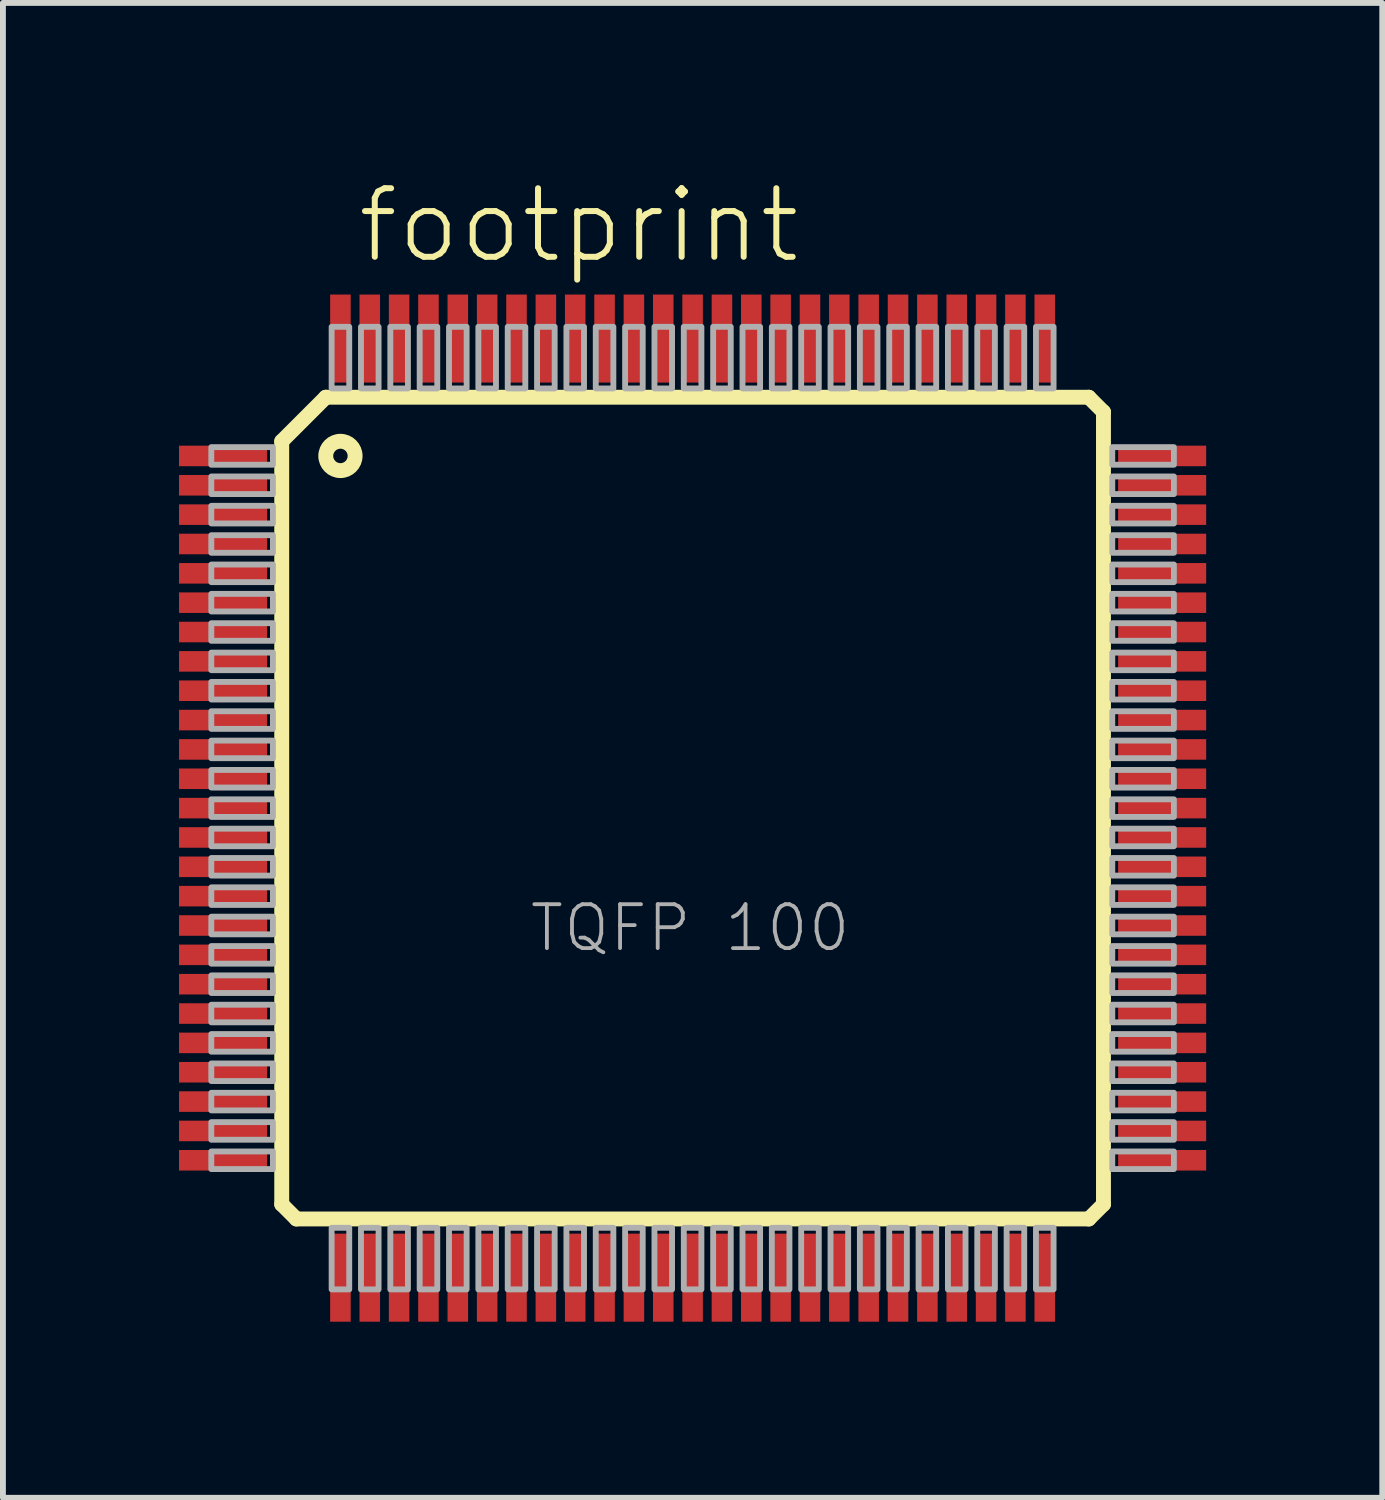
<source format=kicad_pcb>
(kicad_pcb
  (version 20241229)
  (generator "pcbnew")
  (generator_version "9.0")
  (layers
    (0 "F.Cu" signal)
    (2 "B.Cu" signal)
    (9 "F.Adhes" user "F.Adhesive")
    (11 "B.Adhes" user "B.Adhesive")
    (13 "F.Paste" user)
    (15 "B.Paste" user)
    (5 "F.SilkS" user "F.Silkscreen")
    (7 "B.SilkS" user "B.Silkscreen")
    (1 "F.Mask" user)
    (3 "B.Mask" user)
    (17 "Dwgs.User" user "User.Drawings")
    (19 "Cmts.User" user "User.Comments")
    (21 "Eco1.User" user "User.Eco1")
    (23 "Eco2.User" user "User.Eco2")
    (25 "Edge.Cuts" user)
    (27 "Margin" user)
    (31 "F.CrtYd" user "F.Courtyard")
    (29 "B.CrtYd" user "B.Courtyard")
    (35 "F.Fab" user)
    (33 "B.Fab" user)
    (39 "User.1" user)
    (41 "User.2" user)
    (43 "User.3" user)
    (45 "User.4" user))
  (footprint "footprint"
    (layer "F.Cu")
    (at 8.75 10.718)
    (property "Reference" "footprint" (at -5.76 -9.245 0) (layer "F.SilkS") (effects (font (size 1.168 1.168) (thickness 0.102)) (justify left bottom)))
    (fp_line (start -7 -6.25) (end -6.25 -7) (stroke (width 0.254) (type solid)) (layer "F.SilkS"))
    (fp_line (start -7 6.75) (end -7 -6.25) (stroke (width 0.254) (type solid)) (layer "F.SilkS"))
    (fp_line (start -6.75 7) (end -7 6.75) (stroke (width 0.254) (type solid)) (layer "F.SilkS"))
    (fp_line (start -6.25 -7) (end 6.75 -7) (stroke (width 0.254) (type solid)) (layer "F.SilkS"))
    (fp_line (start 6.75 -7) (end 7 -6.75) (stroke (width 0.254) (type solid)) (layer "F.SilkS"))
    (fp_line (start 6.75 7) (end -6.75 7) (stroke (width 0.254) (type solid)) (layer "F.SilkS"))
    (fp_line (start 7 -6.75) (end 7 6.75) (stroke (width 0.254) (type solid)) (layer "F.SilkS"))
    (fp_line (start 7 6.75) (end 6.75 7) (stroke (width 0.254) (type solid)) (layer "F.SilkS"))
    (fp_circle (center -6 -6) (end -5.75 -6) (stroke (width 0.254) (type solid)) (fill no) (layer "F.SilkS"))
    (fp_poly (pts (xy -8.2 -5.85) (xy -7.15 -5.85) (xy -7.15 -6.15) (xy -8.2 -6.15)) (stroke (width 0.1) (type solid)) (fill no) (layer "F.Fab"))
    (fp_poly (pts (xy -8.2 -5.35) (xy -7.15 -5.35) (xy -7.15 -5.65) (xy -8.2 -5.65)) (stroke (width 0.1) (type solid)) (fill no) (layer "F.Fab"))
    (fp_poly (pts (xy -8.2 -4.85) (xy -7.15 -4.85) (xy -7.15 -5.15) (xy -8.2 -5.15)) (stroke (width 0.1) (type solid)) (fill no) (layer "F.Fab"))
    (fp_poly (pts (xy -8.2 -4.35) (xy -7.15 -4.35) (xy -7.15 -4.65) (xy -8.2 -4.65)) (stroke (width 0.1) (type solid)) (fill no) (layer "F.Fab"))
    (fp_poly (pts (xy -8.2 -3.85) (xy -7.15 -3.85) (xy -7.15 -4.15) (xy -8.2 -4.15)) (stroke (width 0.1) (type solid)) (fill no) (layer "F.Fab"))
    (fp_poly (pts (xy -8.2 -3.35) (xy -7.15 -3.35) (xy -7.15 -3.65) (xy -8.2 -3.65)) (stroke (width 0.1) (type solid)) (fill no) (layer "F.Fab"))
    (fp_poly (pts (xy -8.2 -2.85) (xy -7.15 -2.85) (xy -7.15 -3.15) (xy -8.2 -3.15)) (stroke (width 0.1) (type solid)) (fill no) (layer "F.Fab"))
    (fp_poly (pts (xy -8.2 -2.35) (xy -7.15 -2.35) (xy -7.15 -2.65) (xy -8.2 -2.65)) (stroke (width 0.1) (type solid)) (fill no) (layer "F.Fab"))
    (fp_poly (pts (xy -8.2 -1.85) (xy -7.15 -1.85) (xy -7.15 -2.15) (xy -8.2 -2.15)) (stroke (width 0.1) (type solid)) (fill no) (layer "F.Fab"))
    (fp_poly (pts (xy -8.2 -1.35) (xy -7.15 -1.35) (xy -7.15 -1.65) (xy -8.2 -1.65)) (stroke (width 0.1) (type solid)) (fill no) (layer "F.Fab"))
    (fp_poly (pts (xy -8.2 -0.85) (xy -7.15 -0.85) (xy -7.15 -1.15) (xy -8.2 -1.15)) (stroke (width 0.1) (type solid)) (fill no) (layer "F.Fab"))
    (fp_poly (pts (xy -8.2 -0.35) (xy -7.15 -0.35) (xy -7.15 -0.65) (xy -8.2 -0.65)) (stroke (width 0.1) (type solid)) (fill no) (layer "F.Fab"))
    (fp_poly (pts (xy -8.2 0.15) (xy -7.15 0.15) (xy -7.15 -0.15) (xy -8.2 -0.15)) (stroke (width 0.1) (type solid)) (fill no) (layer "F.Fab"))
    (fp_poly (pts (xy -8.2 0.65) (xy -7.15 0.65) (xy -7.15 0.35) (xy -8.2 0.35)) (stroke (width 0.1) (type solid)) (fill no) (layer "F.Fab"))
    (fp_poly (pts (xy -8.2 1.15) (xy -7.15 1.15) (xy -7.15 0.85) (xy -8.2 0.85)) (stroke (width 0.1) (type solid)) (fill no) (layer "F.Fab"))
    (fp_poly (pts (xy -8.2 1.65) (xy -7.15 1.65) (xy -7.15 1.35) (xy -8.2 1.35)) (stroke (width 0.1) (type solid)) (fill no) (layer "F.Fab"))
    (fp_poly (pts (xy -8.2 2.15) (xy -7.15 2.15) (xy -7.15 1.85) (xy -8.2 1.85)) (stroke (width 0.1) (type solid)) (fill no) (layer "F.Fab"))
    (fp_poly (pts (xy -8.2 2.65) (xy -7.15 2.65) (xy -7.15 2.35) (xy -8.2 2.35)) (stroke (width 0.1) (type solid)) (fill no) (layer "F.Fab"))
    (fp_poly (pts (xy -8.2 3.15) (xy -7.15 3.15) (xy -7.15 2.85) (xy -8.2 2.85)) (stroke (width 0.1) (type solid)) (fill no) (layer "F.Fab"))
    (fp_poly (pts (xy -8.2 3.65) (xy -7.15 3.65) (xy -7.15 3.35) (xy -8.2 3.35)) (stroke (width 0.1) (type solid)) (fill no) (layer "F.Fab"))
    (fp_poly (pts (xy -8.2 4.15) (xy -7.15 4.15) (xy -7.15 3.85) (xy -8.2 3.85)) (stroke (width 0.1) (type solid)) (fill no) (layer "F.Fab"))
    (fp_poly (pts (xy -8.2 4.65) (xy -7.15 4.65) (xy -7.15 4.35) (xy -8.2 4.35)) (stroke (width 0.1) (type solid)) (fill no) (layer "F.Fab"))
    (fp_poly (pts (xy -8.2 5.15) (xy -7.15 5.15) (xy -7.15 4.85) (xy -8.2 4.85)) (stroke (width 0.1) (type solid)) (fill no) (layer "F.Fab"))
    (fp_poly (pts (xy -8.2 5.65) (xy -7.15 5.65) (xy -7.15 5.35) (xy -8.2 5.35)) (stroke (width 0.1) (type solid)) (fill no) (layer "F.Fab"))
    (fp_poly (pts (xy -8.2 6.15) (xy -7.15 6.15) (xy -7.15 5.85) (xy -8.2 5.85)) (stroke (width 0.1) (type solid)) (fill no) (layer "F.Fab"))
    (fp_poly (pts (xy -6.15 -7.15) (xy -5.85 -7.15) (xy -5.85 -8.2) (xy -6.15 -8.2)) (stroke (width 0.1) (type solid)) (fill no) (layer "F.Fab"))
    (fp_poly (pts (xy -6.15 8.2) (xy -5.85 8.2) (xy -5.85 7.15) (xy -6.15 7.15)) (stroke (width 0.1) (type solid)) (fill no) (layer "F.Fab"))
    (fp_poly (pts (xy -5.65 -7.15) (xy -5.35 -7.15) (xy -5.35 -8.2) (xy -5.65 -8.2)) (stroke (width 0.1) (type solid)) (fill no) (layer "F.Fab"))
    (fp_poly (pts (xy -5.65 8.2) (xy -5.35 8.2) (xy -5.35 7.15) (xy -5.65 7.15)) (stroke (width 0.1) (type solid)) (fill no) (layer "F.Fab"))
    (fp_poly (pts (xy -5.15 -7.15) (xy -4.85 -7.15) (xy -4.85 -8.2) (xy -5.15 -8.2)) (stroke (width 0.1) (type solid)) (fill no) (layer "F.Fab"))
    (fp_poly (pts (xy -5.15 8.2) (xy -4.85 8.2) (xy -4.85 7.15) (xy -5.15 7.15)) (stroke (width 0.1) (type solid)) (fill no) (layer "F.Fab"))
    (fp_poly (pts (xy -4.65 -7.15) (xy -4.35 -7.15) (xy -4.35 -8.2) (xy -4.65 -8.2)) (stroke (width 0.1) (type solid)) (fill no) (layer "F.Fab"))
    (fp_poly (pts (xy -4.65 8.2) (xy -4.35 8.2) (xy -4.35 7.15) (xy -4.65 7.15)) (stroke (width 0.1) (type solid)) (fill no) (layer "F.Fab"))
    (fp_poly (pts (xy -4.15 -7.15) (xy -3.85 -7.15) (xy -3.85 -8.2) (xy -4.15 -8.2)) (stroke (width 0.1) (type solid)) (fill no) (layer "F.Fab"))
    (fp_poly (pts (xy -4.15 8.2) (xy -3.85 8.2) (xy -3.85 7.15) (xy -4.15 7.15)) (stroke (width 0.1) (type solid)) (fill no) (layer "F.Fab"))
    (fp_poly (pts (xy -3.65 -7.15) (xy -3.35 -7.15) (xy -3.35 -8.2) (xy -3.65 -8.2)) (stroke (width 0.1) (type solid)) (fill no) (layer "F.Fab"))
    (fp_poly (pts (xy -3.65 8.2) (xy -3.35 8.2) (xy -3.35 7.15) (xy -3.65 7.15)) (stroke (width 0.1) (type solid)) (fill no) (layer "F.Fab"))
    (fp_poly (pts (xy -3.15 -7.15) (xy -2.85 -7.15) (xy -2.85 -8.2) (xy -3.15 -8.2)) (stroke (width 0.1) (type solid)) (fill no) (layer "F.Fab"))
    (fp_poly (pts (xy -3.15 8.2) (xy -2.85 8.2) (xy -2.85 7.15) (xy -3.15 7.15)) (stroke (width 0.1) (type solid)) (fill no) (layer "F.Fab"))
    (fp_poly (pts (xy -2.65 -7.15) (xy -2.35 -7.15) (xy -2.35 -8.2) (xy -2.65 -8.2)) (stroke (width 0.1) (type solid)) (fill no) (layer "F.Fab"))
    (fp_poly (pts (xy -2.65 8.2) (xy -2.35 8.2) (xy -2.35 7.15) (xy -2.65 7.15)) (stroke (width 0.1) (type solid)) (fill no) (layer "F.Fab"))
    (fp_poly (pts (xy -2.15 -7.15) (xy -1.85 -7.15) (xy -1.85 -8.2) (xy -2.15 -8.2)) (stroke (width 0.1) (type solid)) (fill no) (layer "F.Fab"))
    (fp_poly (pts (xy -2.15 8.2) (xy -1.85 8.2) (xy -1.85 7.15) (xy -2.15 7.15)) (stroke (width 0.1) (type solid)) (fill no) (layer "F.Fab"))
    (fp_poly (pts (xy -1.65 -7.15) (xy -1.35 -7.15) (xy -1.35 -8.2) (xy -1.65 -8.2)) (stroke (width 0.1) (type solid)) (fill no) (layer "F.Fab"))
    (fp_poly (pts (xy -1.65 8.2) (xy -1.35 8.2) (xy -1.35 7.15) (xy -1.65 7.15)) (stroke (width 0.1) (type solid)) (fill no) (layer "F.Fab"))
    (fp_poly (pts (xy -1.15 -7.15) (xy -0.85 -7.15) (xy -0.85 -8.2) (xy -1.15 -8.2)) (stroke (width 0.1) (type solid)) (fill no) (layer "F.Fab"))
    (fp_poly (pts (xy -1.15 8.2) (xy -0.85 8.2) (xy -0.85 7.15) (xy -1.15 7.15)) (stroke (width 0.1) (type solid)) (fill no) (layer "F.Fab"))
    (fp_poly (pts (xy -0.65 -7.15) (xy -0.35 -7.15) (xy -0.35 -8.2) (xy -0.65 -8.2)) (stroke (width 0.1) (type solid)) (fill no) (layer "F.Fab"))
    (fp_poly (pts (xy -0.65 8.2) (xy -0.35 8.2) (xy -0.35 7.15) (xy -0.65 7.15)) (stroke (width 0.1) (type solid)) (fill no) (layer "F.Fab"))
    (fp_poly (pts (xy -0.15 -7.15) (xy 0.15 -7.15) (xy 0.15 -8.2) (xy -0.15 -8.2)) (stroke (width 0.1) (type solid)) (fill no) (layer "F.Fab"))
    (fp_poly (pts (xy -0.15 8.2) (xy 0.15 8.2) (xy 0.15 7.15) (xy -0.15 7.15)) (stroke (width 0.1) (type solid)) (fill no) (layer "F.Fab"))
    (fp_poly (pts (xy 0.35 -7.15) (xy 0.65 -7.15) (xy 0.65 -8.2) (xy 0.35 -8.2)) (stroke (width 0.1) (type solid)) (fill no) (layer "F.Fab"))
    (fp_poly (pts (xy 0.35 8.2) (xy 0.65 8.2) (xy 0.65 7.15) (xy 0.35 7.15)) (stroke (width 0.1) (type solid)) (fill no) (layer "F.Fab"))
    (fp_poly (pts (xy 0.85 -7.15) (xy 1.15 -7.15) (xy 1.15 -8.2) (xy 0.85 -8.2)) (stroke (width 0.1) (type solid)) (fill no) (layer "F.Fab"))
    (fp_poly (pts (xy 0.85 8.2) (xy 1.15 8.2) (xy 1.15 7.15) (xy 0.85 7.15)) (stroke (width 0.1) (type solid)) (fill no) (layer "F.Fab"))
    (fp_poly (pts (xy 1.35 -7.15) (xy 1.65 -7.15) (xy 1.65 -8.2) (xy 1.35 -8.2)) (stroke (width 0.1) (type solid)) (fill no) (layer "F.Fab"))
    (fp_poly (pts (xy 1.35 8.2) (xy 1.65 8.2) (xy 1.65 7.15) (xy 1.35 7.15)) (stroke (width 0.1) (type solid)) (fill no) (layer "F.Fab"))
    (fp_poly (pts (xy 1.85 -7.15) (xy 2.15 -7.15) (xy 2.15 -8.2) (xy 1.85 -8.2)) (stroke (width 0.1) (type solid)) (fill no) (layer "F.Fab"))
    (fp_poly (pts (xy 1.85 8.2) (xy 2.15 8.2) (xy 2.15 7.15) (xy 1.85 7.15)) (stroke (width 0.1) (type solid)) (fill no) (layer "F.Fab"))
    (fp_poly (pts (xy 2.35 -7.15) (xy 2.65 -7.15) (xy 2.65 -8.2) (xy 2.35 -8.2)) (stroke (width 0.1) (type solid)) (fill no) (layer "F.Fab"))
    (fp_poly (pts (xy 2.35 8.2) (xy 2.65 8.2) (xy 2.65 7.15) (xy 2.35 7.15)) (stroke (width 0.1) (type solid)) (fill no) (layer "F.Fab"))
    (fp_poly (pts (xy 2.85 -7.15) (xy 3.15 -7.15) (xy 3.15 -8.2) (xy 2.85 -8.2)) (stroke (width 0.1) (type solid)) (fill no) (layer "F.Fab"))
    (fp_poly (pts (xy 2.85 8.2) (xy 3.15 8.2) (xy 3.15 7.15) (xy 2.85 7.15)) (stroke (width 0.1) (type solid)) (fill no) (layer "F.Fab"))
    (fp_poly (pts (xy 3.35 -7.15) (xy 3.65 -7.15) (xy 3.65 -8.2) (xy 3.35 -8.2)) (stroke (width 0.1) (type solid)) (fill no) (layer "F.Fab"))
    (fp_poly (pts (xy 3.35 8.2) (xy 3.65 8.2) (xy 3.65 7.15) (xy 3.35 7.15)) (stroke (width 0.1) (type solid)) (fill no) (layer "F.Fab"))
    (fp_poly (pts (xy 3.85 -7.15) (xy 4.15 -7.15) (xy 4.15 -8.2) (xy 3.85 -8.2)) (stroke (width 0.1) (type solid)) (fill no) (layer "F.Fab"))
    (fp_poly (pts (xy 3.85 8.2) (xy 4.15 8.2) (xy 4.15 7.15) (xy 3.85 7.15)) (stroke (width 0.1) (type solid)) (fill no) (layer "F.Fab"))
    (fp_poly (pts (xy 4.35 -7.15) (xy 4.65 -7.15) (xy 4.65 -8.2) (xy 4.35 -8.2)) (stroke (width 0.1) (type solid)) (fill no) (layer "F.Fab"))
    (fp_poly (pts (xy 4.35 8.2) (xy 4.65 8.2) (xy 4.65 7.15) (xy 4.35 7.15)) (stroke (width 0.1) (type solid)) (fill no) (layer "F.Fab"))
    (fp_poly (pts (xy 4.85 -7.15) (xy 5.15 -7.15) (xy 5.15 -8.2) (xy 4.85 -8.2)) (stroke (width 0.1) (type solid)) (fill no) (layer "F.Fab"))
    (fp_poly (pts (xy 4.85 8.2) (xy 5.15 8.2) (xy 5.15 7.15) (xy 4.85 7.15)) (stroke (width 0.1) (type solid)) (fill no) (layer "F.Fab"))
    (fp_poly (pts (xy 5.35 -7.15) (xy 5.65 -7.15) (xy 5.65 -8.2) (xy 5.35 -8.2)) (stroke (width 0.1) (type solid)) (fill no) (layer "F.Fab"))
    (fp_poly (pts (xy 5.35 8.2) (xy 5.65 8.2) (xy 5.65 7.15) (xy 5.35 7.15)) (stroke (width 0.1) (type solid)) (fill no) (layer "F.Fab"))
    (fp_poly (pts (xy 5.85 -7.15) (xy 6.15 -7.15) (xy 6.15 -8.2) (xy 5.85 -8.2)) (stroke (width 0.1) (type solid)) (fill no) (layer "F.Fab"))
    (fp_poly (pts (xy 5.85 8.2) (xy 6.15 8.2) (xy 6.15 7.15) (xy 5.85 7.15)) (stroke (width 0.1) (type solid)) (fill no) (layer "F.Fab"))
    (fp_poly (pts (xy 7.15 -5.85) (xy 8.2 -5.85) (xy 8.2 -6.15) (xy 7.15 -6.15)) (stroke (width 0.1) (type solid)) (fill no) (layer "F.Fab"))
    (fp_poly (pts (xy 7.15 -5.35) (xy 8.2 -5.35) (xy 8.2 -5.65) (xy 7.15 -5.65)) (stroke (width 0.1) (type solid)) (fill no) (layer "F.Fab"))
    (fp_poly (pts (xy 7.15 -4.85) (xy 8.2 -4.85) (xy 8.2 -5.15) (xy 7.15 -5.15)) (stroke (width 0.1) (type solid)) (fill no) (layer "F.Fab"))
    (fp_poly (pts (xy 7.15 -4.35) (xy 8.2 -4.35) (xy 8.2 -4.65) (xy 7.15 -4.65)) (stroke (width 0.1) (type solid)) (fill no) (layer "F.Fab"))
    (fp_poly (pts (xy 7.15 -3.85) (xy 8.2 -3.85) (xy 8.2 -4.15) (xy 7.15 -4.15)) (stroke (width 0.1) (type solid)) (fill no) (layer "F.Fab"))
    (fp_poly (pts (xy 7.15 -3.35) (xy 8.2 -3.35) (xy 8.2 -3.65) (xy 7.15 -3.65)) (stroke (width 0.1) (type solid)) (fill no) (layer "F.Fab"))
    (fp_poly (pts (xy 7.15 -2.85) (xy 8.2 -2.85) (xy 8.2 -3.15) (xy 7.15 -3.15)) (stroke (width 0.1) (type solid)) (fill no) (layer "F.Fab"))
    (fp_poly (pts (xy 7.15 -2.35) (xy 8.2 -2.35) (xy 8.2 -2.65) (xy 7.15 -2.65)) (stroke (width 0.1) (type solid)) (fill no) (layer "F.Fab"))
    (fp_poly (pts (xy 7.15 -1.85) (xy 8.2 -1.85) (xy 8.2 -2.15) (xy 7.15 -2.15)) (stroke (width 0.1) (type solid)) (fill no) (layer "F.Fab"))
    (fp_poly (pts (xy 7.15 -1.35) (xy 8.2 -1.35) (xy 8.2 -1.65) (xy 7.15 -1.65)) (stroke (width 0.1) (type solid)) (fill no) (layer "F.Fab"))
    (fp_poly (pts (xy 7.15 -0.85) (xy 8.2 -0.85) (xy 8.2 -1.15) (xy 7.15 -1.15)) (stroke (width 0.1) (type solid)) (fill no) (layer "F.Fab"))
    (fp_poly (pts (xy 7.15 -0.35) (xy 8.2 -0.35) (xy 8.2 -0.65) (xy 7.15 -0.65)) (stroke (width 0.1) (type solid)) (fill no) (layer "F.Fab"))
    (fp_poly (pts (xy 7.15 0.15) (xy 8.2 0.15) (xy 8.2 -0.15) (xy 7.15 -0.15)) (stroke (width 0.1) (type solid)) (fill no) (layer "F.Fab"))
    (fp_poly (pts (xy 7.15 0.65) (xy 8.2 0.65) (xy 8.2 0.35) (xy 7.15 0.35)) (stroke (width 0.1) (type solid)) (fill no) (layer "F.Fab"))
    (fp_poly (pts (xy 7.15 1.15) (xy 8.2 1.15) (xy 8.2 0.85) (xy 7.15 0.85)) (stroke (width 0.1) (type solid)) (fill no) (layer "F.Fab"))
    (fp_poly (pts (xy 7.15 1.65) (xy 8.2 1.65) (xy 8.2 1.35) (xy 7.15 1.35)) (stroke (width 0.1) (type solid)) (fill no) (layer "F.Fab"))
    (fp_poly (pts (xy 7.15 2.15) (xy 8.2 2.15) (xy 8.2 1.85) (xy 7.15 1.85)) (stroke (width 0.1) (type solid)) (fill no) (layer "F.Fab"))
    (fp_poly (pts (xy 7.15 2.65) (xy 8.2 2.65) (xy 8.2 2.35) (xy 7.15 2.35)) (stroke (width 0.1) (type solid)) (fill no) (layer "F.Fab"))
    (fp_poly (pts (xy 7.15 3.15) (xy 8.2 3.15) (xy 8.2 2.85) (xy 7.15 2.85)) (stroke (width 0.1) (type solid)) (fill no) (layer "F.Fab"))
    (fp_poly (pts (xy 7.15 3.65) (xy 8.2 3.65) (xy 8.2 3.35) (xy 7.15 3.35)) (stroke (width 0.1) (type solid)) (fill no) (layer "F.Fab"))
    (fp_poly (pts (xy 7.15 4.15) (xy 8.2 4.15) (xy 8.2 3.85) (xy 7.15 3.85)) (stroke (width 0.1) (type solid)) (fill no) (layer "F.Fab"))
    (fp_poly (pts (xy 7.15 4.65) (xy 8.2 4.65) (xy 8.2 4.35) (xy 7.15 4.35)) (stroke (width 0.1) (type solid)) (fill no) (layer "F.Fab"))
    (fp_poly (pts (xy 7.15 5.15) (xy 8.2 5.15) (xy 8.2 4.85) (xy 7.15 4.85)) (stroke (width 0.1) (type solid)) (fill no) (layer "F.Fab"))
    (fp_poly (pts (xy 7.15 5.65) (xy 8.2 5.65) (xy 8.2 5.35) (xy 7.15 5.35)) (stroke (width 0.1) (type solid)) (fill no) (layer "F.Fab"))
    (fp_poly (pts (xy 7.15 6.15) (xy 8.2 6.15) (xy 8.2 5.85) (xy 7.15 5.85)) (stroke (width 0.1) (type solid)) (fill no) (layer "F.Fab"))
    (fp_text user "TQFP 100" (at -2.81 2.48 0) (layer "F.Fab") (effects (font (size 0.748 0.748) (thickness 0.065)) (justify left bottom)))
    (pad "1" smd rect (at -8 -6) (size 1.5 0.35) (layers "F.Cu" "F.Mask" "F.Paste"))
    (pad "2" smd rect (at -8 -5.5) (size 1.5 0.35) (layers "F.Cu" "F.Mask" "F.Paste"))
    (pad "3" smd rect (at -8 -5) (size 1.5 0.35) (layers "F.Cu" "F.Mask" "F.Paste"))
    (pad "4" smd rect (at -8 -4.5) (size 1.5 0.35) (layers "F.Cu" "F.Mask" "F.Paste"))
    (pad "5" smd rect (at -8 -4) (size 1.5 0.35) (layers "F.Cu" "F.Mask" "F.Paste"))
    (pad "6" smd rect (at -8 -3.5) (size 1.5 0.35) (layers "F.Cu" "F.Mask" "F.Paste"))
    (pad "7" smd rect (at -8 -3) (size 1.5 0.35) (layers "F.Cu" "F.Mask" "F.Paste"))
    (pad "8" smd rect (at -8 -2.5) (size 1.5 0.35) (layers "F.Cu" "F.Mask" "F.Paste"))
    (pad "9" smd rect (at -8 -2) (size 1.5 0.35) (layers "F.Cu" "F.Mask" "F.Paste"))
    (pad "10" smd rect (at -8 -1.5) (size 1.5 0.35) (layers "F.Cu" "F.Mask" "F.Paste"))
    (pad "11" smd rect (at -8 -1) (size 1.5 0.35) (layers "F.Cu" "F.Mask" "F.Paste"))
    (pad "12" smd rect (at -8 -0.5) (size 1.5 0.35) (layers "F.Cu" "F.Mask" "F.Paste"))
    (pad "13" smd rect (at -8 0) (size 1.5 0.35) (layers "F.Cu" "F.Mask" "F.Paste"))
    (pad "14" smd rect (at -8 0.5) (size 1.5 0.35) (layers "F.Cu" "F.Mask" "F.Paste"))
    (pad "15" smd rect (at -8 1) (size 1.5 0.35) (layers "F.Cu" "F.Mask" "F.Paste"))
    (pad "16" smd rect (at -8 1.5) (size 1.5 0.35) (layers "F.Cu" "F.Mask" "F.Paste"))
    (pad "17" smd rect (at -8 2) (size 1.5 0.35) (layers "F.Cu" "F.Mask" "F.Paste"))
    (pad "18" smd rect (at -8 2.5) (size 1.5 0.35) (layers "F.Cu" "F.Mask" "F.Paste"))
    (pad "19" smd rect (at -8 3) (size 1.5 0.35) (layers "F.Cu" "F.Mask" "F.Paste"))
    (pad "20" smd rect (at -8 3.5) (size 1.5 0.35) (layers "F.Cu" "F.Mask" "F.Paste"))
    (pad "21" smd rect (at -8 4) (size 1.5 0.35) (layers "F.Cu" "F.Mask" "F.Paste"))
    (pad "22" smd rect (at -8 4.5) (size 1.5 0.35) (layers "F.Cu" "F.Mask" "F.Paste"))
    (pad "23" smd rect (at -8 5) (size 1.5 0.35) (layers "F.Cu" "F.Mask" "F.Paste"))
    (pad "24" smd rect (at -8 5.5) (size 1.5 0.35) (layers "F.Cu" "F.Mask" "F.Paste"))
    (pad "25" smd rect (at -8 6) (size 1.5 0.35) (layers "F.Cu" "F.Mask" "F.Paste"))
    (pad "26" smd rect (at -6 8) (size 0.35 1.5) (layers "F.Cu" "F.Mask" "F.Paste"))
    (pad "27" smd rect (at -5.5 8) (size 0.35 1.5) (layers "F.Cu" "F.Mask" "F.Paste"))
    (pad "28" smd rect (at -5 8) (size 0.35 1.5) (layers "F.Cu" "F.Mask" "F.Paste"))
    (pad "29" smd rect (at -4.5 8) (size 0.35 1.5) (layers "F.Cu" "F.Mask" "F.Paste"))
    (pad "30" smd rect (at -4 8) (size 0.35 1.5) (layers "F.Cu" "F.Mask" "F.Paste"))
    (pad "31" smd rect (at -3.5 8) (size 0.35 1.5) (layers "F.Cu" "F.Mask" "F.Paste"))
    (pad "32" smd rect (at -3 8) (size 0.35 1.5) (layers "F.Cu" "F.Mask" "F.Paste"))
    (pad "33" smd rect (at -2.5 8) (size 0.35 1.5) (layers "F.Cu" "F.Mask" "F.Paste"))
    (pad "34" smd rect (at -2 8) (size 0.35 1.5) (layers "F.Cu" "F.Mask" "F.Paste"))
    (pad "35" smd rect (at -1.5 8) (size 0.35 1.5) (layers "F.Cu" "F.Mask" "F.Paste"))
    (pad "36" smd rect (at -1 8) (size 0.35 1.5) (layers "F.Cu" "F.Mask" "F.Paste"))
    (pad "37" smd rect (at -0.5 8) (size 0.35 1.5) (layers "F.Cu" "F.Mask" "F.Paste"))
    (pad "38" smd rect (at 0 8) (size 0.35 1.5) (layers "F.Cu" "F.Mask" "F.Paste"))
    (pad "39" smd rect (at 0.5 8) (size 0.35 1.5) (layers "F.Cu" "F.Mask" "F.Paste"))
    (pad "40" smd rect (at 1 8) (size 0.35 1.5) (layers "F.Cu" "F.Mask" "F.Paste"))
    (pad "41" smd rect (at 1.5 8) (size 0.35 1.5) (layers "F.Cu" "F.Mask" "F.Paste"))
    (pad "42" smd rect (at 2 8) (size 0.35 1.5) (layers "F.Cu" "F.Mask" "F.Paste"))
    (pad "43" smd rect (at 2.5 8) (size 0.35 1.5) (layers "F.Cu" "F.Mask" "F.Paste"))
    (pad "44" smd rect (at 3 8) (size 0.35 1.5) (layers "F.Cu" "F.Mask" "F.Paste"))
    (pad "45" smd rect (at 3.5 8) (size 0.35 1.5) (layers "F.Cu" "F.Mask" "F.Paste"))
    (pad "46" smd rect (at 4 8) (size 0.35 1.5) (layers "F.Cu" "F.Mask" "F.Paste"))
    (pad "47" smd rect (at 4.5 8) (size 0.35 1.5) (layers "F.Cu" "F.Mask" "F.Paste"))
    (pad "48" smd rect (at 5 8) (size 0.35 1.5) (layers "F.Cu" "F.Mask" "F.Paste"))
    (pad "49" smd rect (at 5.5 8) (size 0.35 1.5) (layers "F.Cu" "F.Mask" "F.Paste"))
    (pad "50" smd rect (at 6 8) (size 0.35 1.5) (layers "F.Cu" "F.Mask" "F.Paste"))
    (pad "51" smd rect (at 8 6) (size 1.5 0.35) (layers "F.Cu" "F.Mask" "F.Paste"))
    (pad "52" smd rect (at 8 5.5) (size 1.5 0.35) (layers "F.Cu" "F.Mask" "F.Paste"))
    (pad "53" smd rect (at 8 5) (size 1.5 0.35) (layers "F.Cu" "F.Mask" "F.Paste"))
    (pad "54" smd rect (at 8 4.5) (size 1.5 0.35) (layers "F.Cu" "F.Mask" "F.Paste"))
    (pad "55" smd rect (at 8 4) (size 1.5 0.35) (layers "F.Cu" "F.Mask" "F.Paste"))
    (pad "56" smd rect (at 8 3.5) (size 1.5 0.35) (layers "F.Cu" "F.Mask" "F.Paste"))
    (pad "57" smd rect (at 8 3) (size 1.5 0.35) (layers "F.Cu" "F.Mask" "F.Paste"))
    (pad "58" smd rect (at 8 2.5) (size 1.5 0.35) (layers "F.Cu" "F.Mask" "F.Paste"))
    (pad "59" smd rect (at 8 2) (size 1.5 0.35) (layers "F.Cu" "F.Mask" "F.Paste"))
    (pad "60" smd rect (at 8 1.5) (size 1.5 0.35) (layers "F.Cu" "F.Mask" "F.Paste"))
    (pad "61" smd rect (at 8 1) (size 1.5 0.35) (layers "F.Cu" "F.Mask" "F.Paste"))
    (pad "62" smd rect (at 8 0.5) (size 1.5 0.35) (layers "F.Cu" "F.Mask" "F.Paste"))
    (pad "63" smd rect (at 8 0) (size 1.5 0.35) (layers "F.Cu" "F.Mask" "F.Paste"))
    (pad "64" smd rect (at 8 -0.5) (size 1.5 0.35) (layers "F.Cu" "F.Mask" "F.Paste"))
    (pad "65" smd rect (at 8 -1) (size 1.5 0.35) (layers "F.Cu" "F.Mask" "F.Paste"))
    (pad "66" smd rect (at 8 -1.5) (size 1.5 0.35) (layers "F.Cu" "F.Mask" "F.Paste"))
    (pad "67" smd rect (at 8 -2) (size 1.5 0.35) (layers "F.Cu" "F.Mask" "F.Paste"))
    (pad "68" smd rect (at 8 -2.5) (size 1.5 0.35) (layers "F.Cu" "F.Mask" "F.Paste"))
    (pad "69" smd rect (at 8 -3) (size 1.5 0.35) (layers "F.Cu" "F.Mask" "F.Paste"))
    (pad "70" smd rect (at 8 -3.5) (size 1.5 0.35) (layers "F.Cu" "F.Mask" "F.Paste"))
    (pad "71" smd rect (at 8 -4) (size 1.5 0.35) (layers "F.Cu" "F.Mask" "F.Paste"))
    (pad "72" smd rect (at 8 -4.5) (size 1.5 0.35) (layers "F.Cu" "F.Mask" "F.Paste"))
    (pad "73" smd rect (at 8 -5) (size 1.5 0.35) (layers "F.Cu" "F.Mask" "F.Paste"))
    (pad "74" smd rect (at 8 -5.5) (size 1.5 0.35) (layers "F.Cu" "F.Mask" "F.Paste"))
    (pad "75" smd rect (at 8 -6) (size 1.5 0.35) (layers "F.Cu" "F.Mask" "F.Paste"))
    (pad "76" smd rect (at 6 -8) (size 0.35 1.5) (layers "F.Cu" "F.Mask" "F.Paste"))
    (pad "77" smd rect (at 5.5 -8) (size 0.35 1.5) (layers "F.Cu" "F.Mask" "F.Paste"))
    (pad "78" smd rect (at 5 -8) (size 0.35 1.5) (layers "F.Cu" "F.Mask" "F.Paste"))
    (pad "79" smd rect (at 4.5 -8) (size 0.35 1.5) (layers "F.Cu" "F.Mask" "F.Paste"))
    (pad "80" smd rect (at 4 -8) (size 0.35 1.5) (layers "F.Cu" "F.Mask" "F.Paste"))
    (pad "81" smd rect (at 3.5 -8) (size 0.35 1.5) (layers "F.Cu" "F.Mask" "F.Paste"))
    (pad "82" smd rect (at 3 -8) (size 0.35 1.5) (layers "F.Cu" "F.Mask" "F.Paste"))
    (pad "83" smd rect (at 2.5 -8) (size 0.35 1.5) (layers "F.Cu" "F.Mask" "F.Paste"))
    (pad "84" smd rect (at 2 -8) (size 0.35 1.5) (layers "F.Cu" "F.Mask" "F.Paste"))
    (pad "85" smd rect (at 1.5 -8) (size 0.35 1.5) (layers "F.Cu" "F.Mask" "F.Paste"))
    (pad "86" smd rect (at 1 -8) (size 0.35 1.5) (layers "F.Cu" "F.Mask" "F.Paste"))
    (pad "87" smd rect (at 0.5 -8) (size 0.35 1.5) (layers "F.Cu" "F.Mask" "F.Paste"))
    (pad "88" smd rect (at 0 -8) (size 0.35 1.5) (layers "F.Cu" "F.Mask" "F.Paste"))
    (pad "89" smd rect (at -0.5 -8) (size 0.35 1.5) (layers "F.Cu" "F.Mask" "F.Paste"))
    (pad "90" smd rect (at -1 -8) (size 0.35 1.5) (layers "F.Cu" "F.Mask" "F.Paste"))
    (pad "91" smd rect (at -1.5 -8) (size 0.35 1.5) (layers "F.Cu" "F.Mask" "F.Paste"))
    (pad "92" smd rect (at -2 -8) (size 0.35 1.5) (layers "F.Cu" "F.Mask" "F.Paste"))
    (pad "93" smd rect (at -2.5 -8) (size 0.35 1.5) (layers "F.Cu" "F.Mask" "F.Paste"))
    (pad "94" smd rect (at -3 -8) (size 0.35 1.5) (layers "F.Cu" "F.Mask" "F.Paste"))
    (pad "95" smd rect (at -3.5 -8) (size 0.35 1.5) (layers "F.Cu" "F.Mask" "F.Paste"))
    (pad "96" smd rect (at -4 -8) (size 0.35 1.5) (layers "F.Cu" "F.Mask" "F.Paste"))
    (pad "97" smd rect (at -4.5 -8) (size 0.35 1.5) (layers "F.Cu" "F.Mask" "F.Paste"))
    (pad "98" smd rect (at -5 -8) (size 0.35 1.5) (layers "F.Cu" "F.Mask" "F.Paste"))
    (pad "99" smd rect (at -5.5 -8) (size 0.35 1.5) (layers "F.Cu" "F.Mask" "F.Paste"))
    (pad "100" smd rect (at -6 -8) (size 0.35 1.5) (layers "F.Cu" "F.Mask" "F.Paste")))
  (gr_rect
    (start -3 -3)
    (end 20.5 22.468)
    (stroke (width 0.1) (type default))
    (fill no)
    (layer "Edge.Cuts")))
</source>
